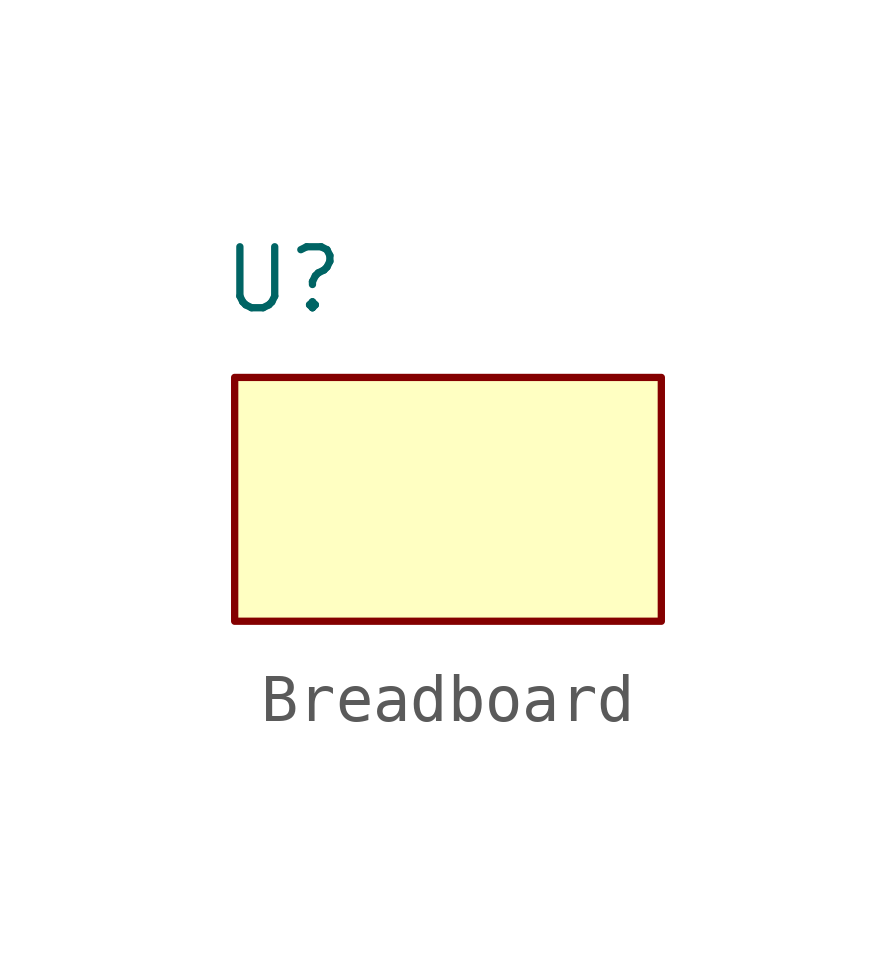
<source format=kicad_sym>
(kicad_symbol_lib
  (version 20231120)
  (generator "kicad_symbol_editor")
  (generator_version "8.0")
  (symbol "Breadboard"
    (property "Reference" "U"
      (at -4.064 0.762 0)
      (effects (font (size 1.27 1.27))))
    (property "Value" ""
      (at 0 0 0)
      (effects (font (size 1.27 1.27))))
    (symbol "Breadboard_1_1"
      (rectangle (start -5.08 -1.27) (end 3.81 -6.35) (stroke (width 0) (type default)) (fill (type background))))))
</source>
